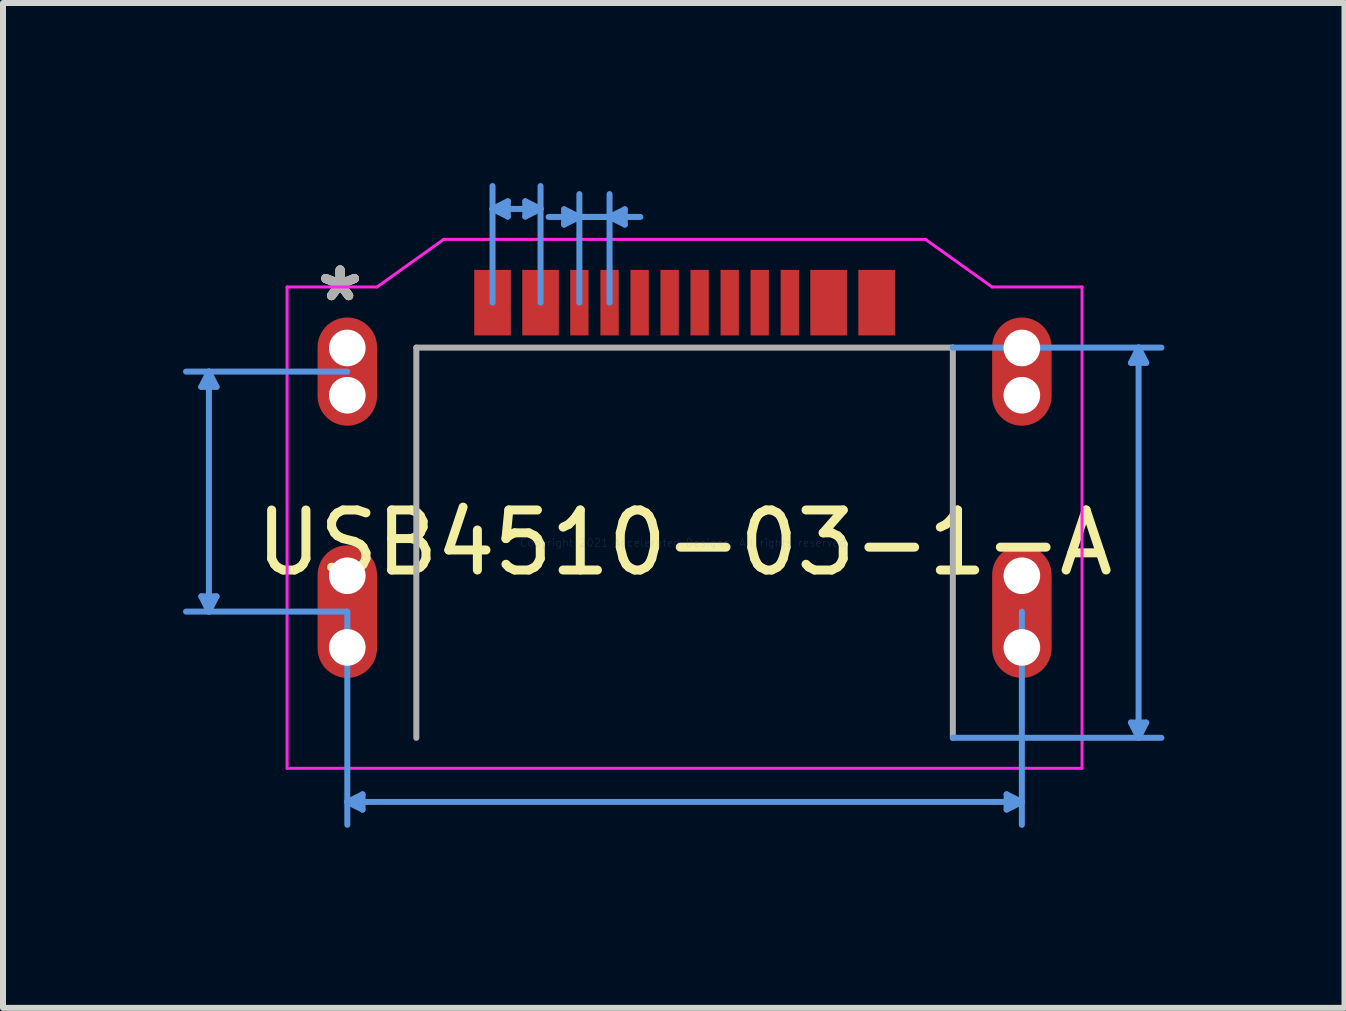
<source format=kicad_pcb>
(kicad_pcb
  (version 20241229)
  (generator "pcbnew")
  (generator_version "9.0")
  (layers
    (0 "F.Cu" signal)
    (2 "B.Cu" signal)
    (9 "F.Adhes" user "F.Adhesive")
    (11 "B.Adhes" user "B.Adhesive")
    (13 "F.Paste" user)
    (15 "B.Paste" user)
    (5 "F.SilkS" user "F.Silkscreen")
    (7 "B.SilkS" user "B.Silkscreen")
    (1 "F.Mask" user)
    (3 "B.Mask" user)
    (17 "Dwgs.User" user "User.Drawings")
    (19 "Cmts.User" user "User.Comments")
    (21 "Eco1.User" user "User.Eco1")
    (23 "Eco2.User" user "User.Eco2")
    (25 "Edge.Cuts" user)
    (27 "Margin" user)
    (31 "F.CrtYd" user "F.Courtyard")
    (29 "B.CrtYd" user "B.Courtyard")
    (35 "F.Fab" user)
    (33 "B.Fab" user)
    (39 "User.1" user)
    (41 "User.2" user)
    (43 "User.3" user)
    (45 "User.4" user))
  (footprint "USB4510-03-1-A"
    (layer "F.Cu")
    (at 8.357 5.993)
    (property "Reference" "USB4510-03-1-A" (at 0 0 0) (layer "F.SilkS") (effects (font (size 1 1) (thickness 0.15))))
    (attr through_hole)
    (fp_line (start -8.053 0.894) (end -7.926 1.148) (stroke (width 0.1) (type solid)) (layer "Cmts.User"))
    (fp_line (start -8.053 -2.597) (end -7.926 -2.851) (stroke (width 0.1) (type solid)) (layer "Cmts.User"))
    (fp_line (start -8.053 -2.597) (end -7.799 -2.597) (stroke (width 0.1) (type solid)) (layer "Cmts.User"))
    (fp_line (start -7.926 1.148) (end -7.926 -2.851) (stroke (width 0.1) (type solid)) (layer "Cmts.User"))
    (fp_line (start -7.799 0.894) (end -8.053 0.894) (stroke (width 0.1) (type solid)) (layer "Cmts.User"))
    (fp_line (start -7.799 0.894) (end -7.926 1.148) (stroke (width 0.1) (type solid)) (layer "Cmts.User"))
    (fp_line (start -7.799 -2.597) (end -7.926 -2.851) (stroke (width 0.1) (type solid)) (layer "Cmts.User"))
    (fp_line (start -5.62 4.32) (end 5.62 4.32) (stroke (width 0.1) (type solid)) (layer "Cmts.User"))
    (fp_line (start -5.62 -2.851) (end -8.307 -2.851) (stroke (width 0.1) (type solid)) (layer "Cmts.User"))
    (fp_line (start -5.62 1.148) (end -8.307 1.148) (stroke (width 0.1) (type solid)) (layer "Cmts.User"))
    (fp_line (start -5.62 1.148) (end -5.62 4.701) (stroke (width 0.1) (type solid)) (layer "Cmts.User"))
    (fp_line (start -5.366 4.193) (end -5.62 4.32) (stroke (width 0.1) (type solid)) (layer "Cmts.User"))
    (fp_line (start -5.366 4.447) (end -5.62 4.32) (stroke (width 0.1) (type solid)) (layer "Cmts.User"))
    (fp_line (start -5.366 4.447) (end -5.366 4.193) (stroke (width 0.1) (type solid)) (layer "Cmts.User"))
    (fp_line (start -3.2 -5.562) (end -2.4 -5.562) (stroke (width 0.1) (type solid)) (layer "Cmts.User"))
    (fp_line (start -3.2 -4) (end -3.2 -5.943) (stroke (width 0.1) (type solid)) (layer "Cmts.User"))
    (fp_line (start -2.946 -5.689) (end -3.2 -5.562) (stroke (width 0.1) (type solid)) (layer "Cmts.User"))
    (fp_line (start -2.946 -5.435) (end -3.2 -5.562) (stroke (width 0.1) (type solid)) (layer "Cmts.User"))
    (fp_line (start -2.946 -5.435) (end -2.946 -5.689) (stroke (width 0.1) (type solid)) (layer "Cmts.User"))
    (fp_line (start -2.654 -5.435) (end -2.4 -5.562) (stroke (width 0.1) (type solid)) (layer "Cmts.User"))
    (fp_line (start -2.654 -5.689) (end -2.654 -5.435) (stroke (width 0.1) (type solid)) (layer "Cmts.User"))
    (fp_line (start -2.654 -5.689) (end -2.4 -5.562) (stroke (width 0.1) (type solid)) (layer "Cmts.User"))
    (fp_line (start -2.4 -4) (end -2.4 -5.943) (stroke (width 0.1) (type solid)) (layer "Cmts.User"))
    (fp_line (start -2.266 -5.428) (end -1.25 -5.428) (stroke (width 0.1) (type solid)) (layer "Cmts.User"))
    (fp_line (start -2.007 -5.555) (end -2.007 -5.301) (stroke (width 0.1) (type solid)) (layer "Cmts.User"))
    (fp_line (start -2.007 -5.555) (end -1.753 -5.428) (stroke (width 0.1) (type solid)) (layer "Cmts.User"))
    (fp_line (start -2.007 -5.301) (end -1.753 -5.428) (stroke (width 0.1) (type solid)) (layer "Cmts.User"))
    (fp_line (start -1.753 -4) (end -1.753 -5.809) (stroke (width 0.1) (type solid)) (layer "Cmts.User"))
    (fp_line (start -1.25 -4) (end -1.25 -5.809) (stroke (width 0.1) (type solid)) (layer "Cmts.User"))
    (fp_line (start -0.996 -5.301) (end -1.25 -5.428) (stroke (width 0.1) (type solid)) (layer "Cmts.User"))
    (fp_line (start -0.996 -5.301) (end -0.996 -5.555) (stroke (width 0.1) (type solid)) (layer "Cmts.User"))
    (fp_line (start -0.996 -5.555) (end -1.25 -5.428) (stroke (width 0.1) (type solid)) (layer "Cmts.User"))
    (fp_line (start -0.737 -5.428) (end -1.753 -5.428) (stroke (width 0.1) (type solid)) (layer "Cmts.User"))
    (fp_line (start 4.47 -3.251) (end 7.946 -3.251) (stroke (width 0.1) (type solid)) (layer "Cmts.User"))
    (fp_line (start 4.47 3.251) (end 7.946 3.251) (stroke (width 0.1) (type solid)) (layer "Cmts.User"))
    (fp_line (start 5.366 4.447) (end 5.62 4.32) (stroke (width 0.1) (type solid)) (layer "Cmts.User"))
    (fp_line (start 5.366 4.193) (end 5.366 4.447) (stroke (width 0.1) (type solid)) (layer "Cmts.User"))
    (fp_line (start 5.366 4.193) (end 5.62 4.32) (stroke (width 0.1) (type solid)) (layer "Cmts.User"))
    (fp_line (start 5.62 1.148) (end 5.62 4.701) (stroke (width 0.1) (type solid)) (layer "Cmts.User"))
    (fp_line (start 7.438 2.997) (end 7.565 3.251) (stroke (width 0.1) (type solid)) (layer "Cmts.User"))
    (fp_line (start 7.438 -2.997) (end 7.565 -3.251) (stroke (width 0.1) (type solid)) (layer "Cmts.User"))
    (fp_line (start 7.438 -2.997) (end 7.692 -2.997) (stroke (width 0.1) (type solid)) (layer "Cmts.User"))
    (fp_line (start 7.565 3.251) (end 7.565 -3.251) (stroke (width 0.1) (type solid)) (layer "Cmts.User"))
    (fp_line (start 7.692 2.997) (end 7.438 2.997) (stroke (width 0.1) (type solid)) (layer "Cmts.User"))
    (fp_line (start 7.692 2.997) (end 7.565 3.251) (stroke (width 0.1) (type solid)) (layer "Cmts.User"))
    (fp_line (start 7.692 -2.997) (end 7.565 -3.251) (stroke (width 0.1) (type solid)) (layer "Cmts.User"))
    (fp_line (start -6.623 -4.261) (end -6.623 3.759) (stroke (width 0.05) (type solid)) (layer "F.CrtYd"))
    (fp_line (start -6.623 3.759) (end 6.623 3.759) (stroke (width 0.05) (type solid)) (layer "F.CrtYd"))
    (fp_line (start -5.124 -4.261) (end -6.623 -4.261) (stroke (width 0.05) (type solid)) (layer "F.CrtYd"))
    (fp_line (start -4.013 -5.055) (end -5.124 -4.261) (stroke (width 0.05) (type solid)) (layer "F.CrtYd"))
    (fp_line (start 4.013 -5.055) (end -4.013 -5.055) (stroke (width 0.05) (type solid)) (layer "F.CrtYd"))
    (fp_line (start 5.124 -4.261) (end 4.013 -5.055) (stroke (width 0.05) (type solid)) (layer "F.CrtYd"))
    (fp_line (start 6.623 -4.261) (end 5.124 -4.261) (stroke (width 0.05) (type solid)) (layer "F.CrtYd"))
    (fp_line (start 6.623 3.759) (end 6.623 -4.261) (stroke (width 0.05) (type solid)) (layer "F.CrtYd"))
    (fp_line (start -4.47 -3.251) (end -4.47 3.251) (stroke (width 0.1) (type solid)) (layer "F.Fab"))
    (fp_line (start 4.47 -3.251) (end -4.47 -3.251) (stroke (width 0.1) (type solid)) (layer "F.Fab"))
    (fp_line (start 4.47 3.251) (end 4.47 -3.251) (stroke (width 0.1) (type solid)) (layer "F.Fab"))
    (fp_text user "*" (at -5.74 -4 0) (layer "F.SilkS") (effects (font (size 1 1) (thickness 0.15))))
    (fp_text user "*" (at -5.74 -4 0) (layer "F.SilkS") (effects (font (size 1 1) (thickness 0.15))))
    (fp_text user "Copyright 2021 Accelerated Designs. All rights reserved." (at 0 0 0) (layer "Cmts.User") (effects (font (size 0.127 0.127) (thickness 0.002))))
    (fp_text user "*" (at -5.74 -4 0) (layer "F.Fab") (effects (font (size 1 1) (thickness 0.15))))
    (fp_text user "*" (at -5.74 -4 0) (layer "F.Fab") (effects (font (size 1 1) (thickness 0.15))))
    (pad "" np_thru_hole circle (at -5.62 -3.245) (size 0.61 0.61) (drill 0.61) (layers "*.Cu" "*.Mask"))
    (pad "" np_thru_hole circle (at -5.62 -2.457) (size 0.61 0.61) (drill 0.61) (layers "*.Cu" "*.Mask"))
    (pad "" np_thru_hole circle (at -5.62 0.551) (size 0.61 0.61) (drill 0.61) (layers "*.Cu" "*.Mask"))
    (pad "" np_thru_hole circle (at -5.62 1.745) (size 0.61 0.61) (drill 0.61) (layers "*.Cu" "*.Mask"))
    (pad "" np_thru_hole circle (at 5.62 -3.245) (size 0.61 0.61) (drill 0.61) (layers "*.Cu" "*.Mask"))
    (pad "" np_thru_hole circle (at 5.62 -2.457) (size 0.61 0.61) (drill 0.61) (layers "*.Cu" "*.Mask"))
    (pad "" np_thru_hole circle (at 5.62 0.551) (size 0.61 0.61) (drill 0.61) (layers "*.Cu" "*.Mask"))
    (pad "" np_thru_hole circle (at 5.62 1.745) (size 0.61 0.61) (drill 0.61) (layers "*.Cu" "*.Mask"))
    (pad "13" smd oval (at -5.62 -2.851) (size 0.991 1.803) (layers "F.Cu" "F.Mask" "F.Paste"))
    (pad "14" smd oval (at 5.62 -2.851) (size 0.991 1.803) (layers "F.Cu" "F.Mask" "F.Paste"))
    (pad "15" smd oval (at -5.62 1.148) (size 0.991 2.21) (layers "F.Cu" "F.Mask" "F.Paste"))
    (pad "16" smd oval (at 5.62 1.148) (size 0.991 2.21) (layers "F.Cu" "F.Mask" "F.Paste"))
    (pad "A1-B12" smd rect (at -3.2 -4) (size 0.61 1.092) (layers "F.Cu" "F.Mask" "F.Paste"))
    (pad "A4-B9" smd rect (at -2.4 -4) (size 0.61 1.092) (layers "F.Cu" "F.Mask" "F.Paste"))
    (pad "A5" smd rect (at -1.25 -4) (size 0.305 1.092) (layers "F.Cu" "F.Mask" "F.Paste"))
    (pad "A6" smd rect (at -0.249 -4) (size 0.305 1.092) (layers "F.Cu" "F.Mask" "F.Paste"))
    (pad "A7" smd rect (at 0.251 -4) (size 0.305 1.092) (layers "F.Cu" "F.Mask" "F.Paste"))
    (pad "A8" smd rect (at 1.252 -4) (size 0.305 1.092) (layers "F.Cu" "F.Mask" "F.Paste"))
    (pad "B1-A12" smd rect (at 3.2 -4) (size 0.61 1.092) (layers "F.Cu" "F.Mask" "F.Paste"))
    (pad "B4-A9" smd rect (at 2.4 -4) (size 0.61 1.092) (layers "F.Cu" "F.Mask" "F.Paste"))
    (pad "B5" smd rect (at 1.753 -4) (size 0.305 1.092) (layers "F.Cu" "F.Mask" "F.Paste"))
    (pad "B6" smd rect (at 0.752 -4) (size 0.305 1.092) (layers "F.Cu" "F.Mask" "F.Paste"))
    (pad "B7" smd rect (at -0.749 -4) (size 0.305 1.092) (layers "F.Cu" "F.Mask" "F.Paste"))
    (pad "B8" smd rect (at -1.753 -4) (size 0.305 1.092) (layers "F.Cu" "F.Mask" "F.Paste")))
  (gr_rect
    (start -3 -3)
    (end 19.353 13.744)
    (stroke (width 0.1) (type default))
    (fill no)
    (layer "Edge.Cuts")))
</source>
